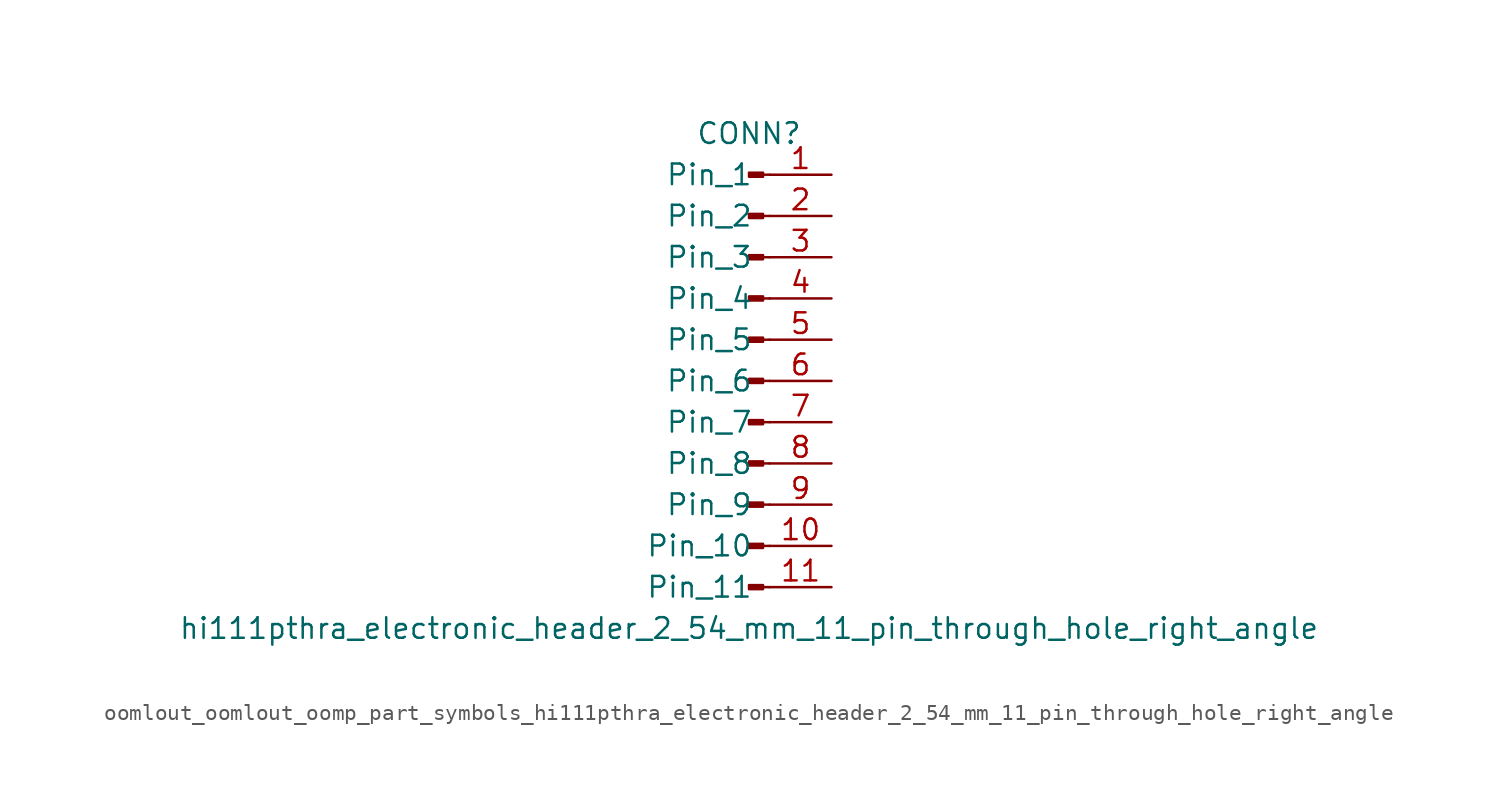
<source format=kicad_sym>
(kicad_symbol_lib
  (version 20220914)
  (generator kicad_symbol_editor)
  (symbol "oomlout_oomlout_oomp_part_symbols_hi111pthra_electronic_header_2_54_mm_11_pin_through_hole_right_angle"
    (pin_names
      (offset 1.016))
    (property "Reference" "CONN"
      (at 0 15.24 0)
      (effects (font (size 1.27 1.27))))
    (property "Value" "hi111pthra_electronic_header_2_54_mm_11_pin_through_hole_right_angle"
      (at 0 -15.24 0)
      (effects (font (size 1.27 1.27))))
    (property "ki_locked" ""
      (at 0 0 0)
      (effects (font (size 1.27 1.27))))
    (symbol "oomlout_oomlout_oomp_part_symbols_hi111pthra_electronic_header_2_54_mm_11_pin_through_hole_right_angle_1_1"
      (polyline (pts (xy 1.27 -12.7) (xy 0.864 -12.7)) (stroke (width 0.152) (type default)) (fill (type none)))
      (polyline (pts (xy 1.27 -10.16) (xy 0.864 -10.16)) (stroke (width 0.152) (type default)) (fill (type none)))
      (polyline (pts (xy 1.27 -7.62) (xy 0.864 -7.62)) (stroke (width 0.152) (type default)) (fill (type none)))
      (polyline (pts (xy 1.27 -5.08) (xy 0.864 -5.08)) (stroke (width 0.152) (type default)) (fill (type none)))
      (polyline (pts (xy 1.27 -2.54) (xy 0.864 -2.54)) (stroke (width 0.152) (type default)) (fill (type none)))
      (polyline (pts (xy 1.27 0) (xy 0.864 0)) (stroke (width 0.152) (type default)) (fill (type none)))
      (polyline (pts (xy 1.27 2.54) (xy 0.864 2.54)) (stroke (width 0.152) (type default)) (fill (type none)))
      (polyline (pts (xy 1.27 5.08) (xy 0.864 5.08)) (stroke (width 0.152) (type default)) (fill (type none)))
      (polyline (pts (xy 1.27 7.62) (xy 0.864 7.62)) (stroke (width 0.152) (type default)) (fill (type none)))
      (polyline (pts (xy 1.27 10.16) (xy 0.864 10.16)) (stroke (width 0.152) (type default)) (fill (type none)))
      (polyline (pts (xy 1.27 12.7) (xy 0.864 12.7)) (stroke (width 0.152) (type default)) (fill (type none)))
      (rectangle (start 0.864 -12.573) (end 0 -12.827) (stroke (width 0.152) (type default)) (fill (type outline)))
      (rectangle (start 0.864 -10.033) (end 0 -10.287) (stroke (width 0.152) (type default)) (fill (type outline)))
      (rectangle (start 0.864 -7.493) (end 0 -7.747) (stroke (width 0.152) (type default)) (fill (type outline)))
      (rectangle (start 0.864 -4.953) (end 0 -5.207) (stroke (width 0.152) (type default)) (fill (type outline)))
      (rectangle (start 0.864 -2.413) (end 0 -2.667) (stroke (width 0.152) (type default)) (fill (type outline)))
      (rectangle (start 0.864 0.127) (end 0 -0.127) (stroke (width 0.152) (type default)) (fill (type outline)))
      (rectangle (start 0.864 2.667) (end 0 2.413) (stroke (width 0.152) (type default)) (fill (type outline)))
      (rectangle (start 0.864 5.207) (end 0 4.953) (stroke (width 0.152) (type default)) (fill (type outline)))
      (rectangle (start 0.864 7.747) (end 0 7.493) (stroke (width 0.152) (type default)) (fill (type outline)))
      (rectangle (start 0.864 10.287) (end 0 10.033) (stroke (width 0.152) (type default)) (fill (type outline)))
      (rectangle (start 0.864 12.827) (end 0 12.573) (stroke (width 0.152) (type default)) (fill (type outline)))
      (pin passive line (at 5.08 12.7 180) (length 3.81) (name "Pin_1" (effects (font (size 1.27 1.27)))) (number "1" (effects (font (size 1.27 1.27)))))
      (pin passive line (at 5.08 -10.16 180) (length 3.81) (name "Pin_10" (effects (font (size 1.27 1.27)))) (number "10" (effects (font (size 1.27 1.27)))))
      (pin passive line (at 5.08 -12.7 180) (length 3.81) (name "Pin_11" (effects (font (size 1.27 1.27)))) (number "11" (effects (font (size 1.27 1.27)))))
      (pin passive line (at 5.08 10.16 180) (length 3.81) (name "Pin_2" (effects (font (size 1.27 1.27)))) (number "2" (effects (font (size 1.27 1.27)))))
      (pin passive line (at 5.08 7.62 180) (length 3.81) (name "Pin_3" (effects (font (size 1.27 1.27)))) (number "3" (effects (font (size 1.27 1.27)))))
      (pin passive line (at 5.08 5.08 180) (length 3.81) (name "Pin_4" (effects (font (size 1.27 1.27)))) (number "4" (effects (font (size 1.27 1.27)))))
      (pin passive line (at 5.08 2.54 180) (length 3.81) (name "Pin_5" (effects (font (size 1.27 1.27)))) (number "5" (effects (font (size 1.27 1.27)))))
      (pin passive line (at 5.08 0 180) (length 3.81) (name "Pin_6" (effects (font (size 1.27 1.27)))) (number "6" (effects (font (size 1.27 1.27)))))
      (pin passive line (at 5.08 -2.54 180) (length 3.81) (name "Pin_7" (effects (font (size 1.27 1.27)))) (number "7" (effects (font (size 1.27 1.27)))))
      (pin passive line (at 5.08 -5.08 180) (length 3.81) (name "Pin_8" (effects (font (size 1.27 1.27)))) (number "8" (effects (font (size 1.27 1.27)))))
      (pin passive line (at 5.08 -7.62 180) (length 3.81) (name "Pin_9" (effects (font (size 1.27 1.27)))) (number "9" (effects (font (size 1.27 1.27))))))))
</source>
